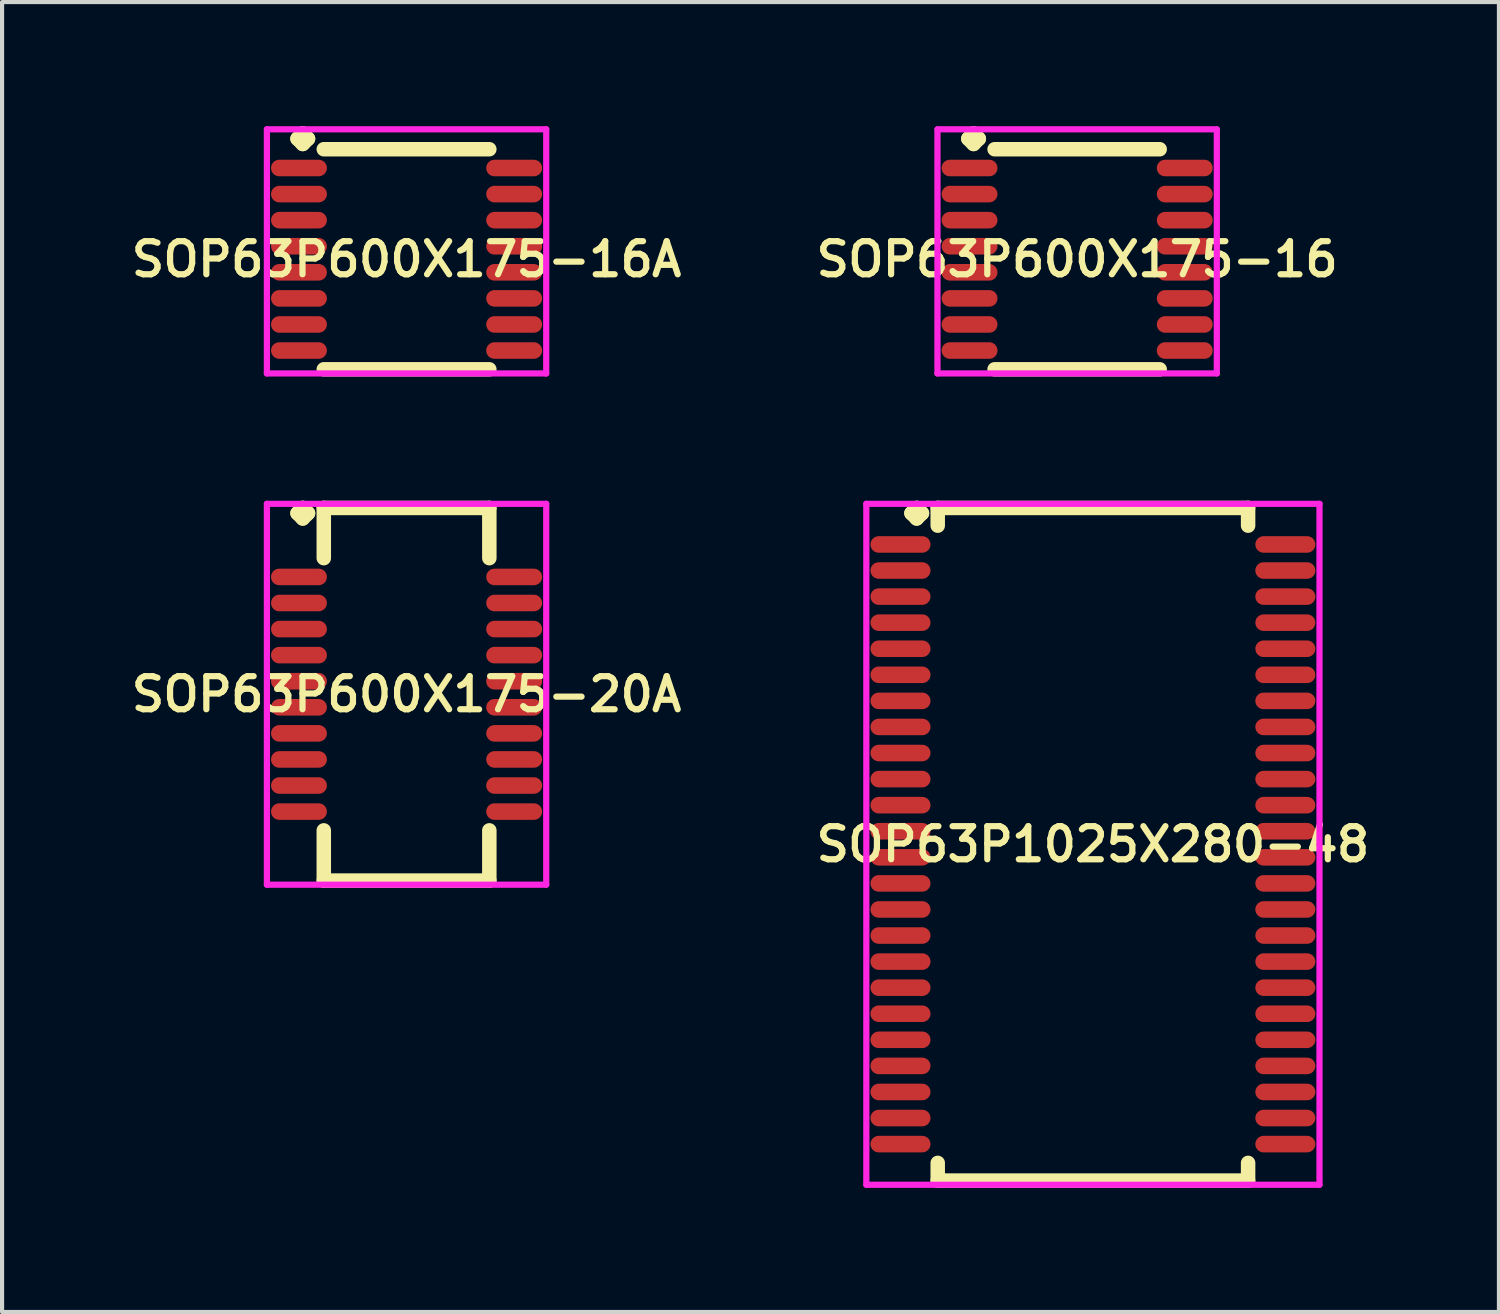
<source format=kicad_pcb>
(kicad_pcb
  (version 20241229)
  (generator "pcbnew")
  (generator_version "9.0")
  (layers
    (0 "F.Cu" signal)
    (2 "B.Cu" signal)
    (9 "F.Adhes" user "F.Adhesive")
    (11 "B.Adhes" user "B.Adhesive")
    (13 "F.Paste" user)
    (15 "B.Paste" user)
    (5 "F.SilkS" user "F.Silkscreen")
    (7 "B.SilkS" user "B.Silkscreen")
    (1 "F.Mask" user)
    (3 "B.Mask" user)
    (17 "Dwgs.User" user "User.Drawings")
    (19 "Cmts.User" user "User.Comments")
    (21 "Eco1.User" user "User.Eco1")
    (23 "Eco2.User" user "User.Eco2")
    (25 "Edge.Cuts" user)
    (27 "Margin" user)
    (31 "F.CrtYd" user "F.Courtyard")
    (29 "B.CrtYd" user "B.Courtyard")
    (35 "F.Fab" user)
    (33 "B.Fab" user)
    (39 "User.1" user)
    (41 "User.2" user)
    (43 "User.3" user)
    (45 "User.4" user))
  (footprint "SOP63P1025X280-48"
    (layer "F.Cu")
    (at 23.359 17.351)
    (property "Reference" "SOP63P1025X280-48" (at 0 0 0) (layer "F.SilkS") (effects (font (size 0.8 0.8) (thickness 0.15))))
    (attr smd)
    (fp_line (start -4.385 -8) (end -4.258 -8.127) (stroke (width 0.35) (type solid)) (layer "F.SilkS"))
    (fp_line (start -4.258 -8.127) (end -4.131 -8) (stroke (width 0.35) (type solid)) (layer "F.SilkS"))
    (fp_line (start -4.258 -7.873) (end -4.385 -8) (stroke (width 0.35) (type solid)) (layer "F.SilkS"))
    (fp_line (start -4.131 -8) (end -4.258 -7.873) (stroke (width 0.35) (type solid)) (layer "F.SilkS"))
    (fp_line (start -3.75 -8.127) (end 3.75 -8.127) (stroke (width 0.35) (type solid)) (layer "F.SilkS"))
    (fp_line (start -3.75 -7.699) (end -3.75 -8.127) (stroke (width 0.35) (type solid)) (layer "F.SilkS"))
    (fp_line (start -3.75 7.699) (end -3.75 8.127) (stroke (width 0.35) (type solid)) (layer "F.SilkS"))
    (fp_line (start -3.75 8.127) (end 3.75 8.127) (stroke (width 0.35) (type solid)) (layer "F.SilkS"))
    (fp_line (start 3.75 -8.127) (end 3.75 -7.699) (stroke (width 0.35) (type solid)) (layer "F.SilkS"))
    (fp_line (start 3.75 8.127) (end 3.75 7.699) (stroke (width 0.35) (type solid)) (layer "F.SilkS"))
    (fp_line (start -5.475 -8.227) (end 5.475 -8.227) (stroke (width 0.15) (type solid)) (layer "F.CrtYd"))
    (fp_line (start -5.475 8.227) (end -5.475 -8.227) (stroke (width 0.15) (type solid)) (layer "F.CrtYd"))
    (fp_line (start 5.475 -8.227) (end 5.475 8.227) (stroke (width 0.15) (type solid)) (layer "F.CrtYd"))
    (fp_line (start 5.475 8.227) (end -5.475 8.227) (stroke (width 0.15) (type solid)) (layer "F.CrtYd"))
    (pad "1" smd oval (at -4.65 -7.245) (size 1.45 0.4) (layers "F.Cu" "F.Mask" "F.Paste"))
    (pad "2" smd oval (at -4.65 -6.615) (size 1.45 0.4) (layers "F.Cu" "F.Mask" "F.Paste"))
    (pad "3" smd oval (at -4.65 -5.985) (size 1.45 0.4) (layers "F.Cu" "F.Mask" "F.Paste"))
    (pad "4" smd oval (at -4.65 -5.355) (size 1.45 0.4) (layers "F.Cu" "F.Mask" "F.Paste"))
    (pad "5" smd oval (at -4.65 -4.725) (size 1.45 0.4) (layers "F.Cu" "F.Mask" "F.Paste"))
    (pad "6" smd oval (at -4.65 -4.095) (size 1.45 0.4) (layers "F.Cu" "F.Mask" "F.Paste"))
    (pad "7" smd oval (at -4.65 -3.465) (size 1.45 0.4) (layers "F.Cu" "F.Mask" "F.Paste"))
    (pad "8" smd oval (at -4.65 -2.835) (size 1.45 0.4) (layers "F.Cu" "F.Mask" "F.Paste"))
    (pad "9" smd oval (at -4.65 -2.205) (size 1.45 0.4) (layers "F.Cu" "F.Mask" "F.Paste"))
    (pad "10" smd oval (at -4.65 -1.575) (size 1.45 0.4) (layers "F.Cu" "F.Mask" "F.Paste"))
    (pad "11" smd oval (at -4.65 -0.945) (size 1.45 0.4) (layers "F.Cu" "F.Mask" "F.Paste"))
    (pad "12" smd oval (at -4.65 -0.315) (size 1.45 0.4) (layers "F.Cu" "F.Mask" "F.Paste"))
    (pad "13" smd oval (at -4.65 0.315) (size 1.45 0.4) (layers "F.Cu" "F.Mask" "F.Paste"))
    (pad "14" smd oval (at -4.65 0.945) (size 1.45 0.4) (layers "F.Cu" "F.Mask" "F.Paste"))
    (pad "15" smd oval (at -4.65 1.575) (size 1.45 0.4) (layers "F.Cu" "F.Mask" "F.Paste"))
    (pad "16" smd oval (at -4.65 2.205) (size 1.45 0.4) (layers "F.Cu" "F.Mask" "F.Paste"))
    (pad "17" smd oval (at -4.65 2.835) (size 1.45 0.4) (layers "F.Cu" "F.Mask" "F.Paste"))
    (pad "18" smd oval (at -4.65 3.465) (size 1.45 0.4) (layers "F.Cu" "F.Mask" "F.Paste"))
    (pad "19" smd oval (at -4.65 4.095) (size 1.45 0.4) (layers "F.Cu" "F.Mask" "F.Paste"))
    (pad "20" smd oval (at -4.65 4.725) (size 1.45 0.4) (layers "F.Cu" "F.Mask" "F.Paste"))
    (pad "21" smd oval (at -4.65 5.355) (size 1.45 0.4) (layers "F.Cu" "F.Mask" "F.Paste"))
    (pad "22" smd oval (at -4.65 5.985) (size 1.45 0.4) (layers "F.Cu" "F.Mask" "F.Paste"))
    (pad "23" smd oval (at -4.65 6.615) (size 1.45 0.4) (layers "F.Cu" "F.Mask" "F.Paste"))
    (pad "24" smd oval (at -4.65 7.245) (size 1.45 0.4) (layers "F.Cu" "F.Mask" "F.Paste"))
    (pad "25" smd oval (at 4.65 7.245) (size 1.45 0.4) (layers "F.Cu" "F.Mask" "F.Paste"))
    (pad "26" smd oval (at 4.65 6.615) (size 1.45 0.4) (layers "F.Cu" "F.Mask" "F.Paste"))
    (pad "27" smd oval (at 4.65 5.985) (size 1.45 0.4) (layers "F.Cu" "F.Mask" "F.Paste"))
    (pad "28" smd oval (at 4.65 5.355) (size 1.45 0.4) (layers "F.Cu" "F.Mask" "F.Paste"))
    (pad "29" smd oval (at 4.65 4.725) (size 1.45 0.4) (layers "F.Cu" "F.Mask" "F.Paste"))
    (pad "30" smd oval (at 4.65 4.095) (size 1.45 0.4) (layers "F.Cu" "F.Mask" "F.Paste"))
    (pad "31" smd oval (at 4.65 3.465) (size 1.45 0.4) (layers "F.Cu" "F.Mask" "F.Paste"))
    (pad "32" smd oval (at 4.65 2.835) (size 1.45 0.4) (layers "F.Cu" "F.Mask" "F.Paste"))
    (pad "33" smd oval (at 4.65 2.205) (size 1.45 0.4) (layers "F.Cu" "F.Mask" "F.Paste"))
    (pad "34" smd oval (at 4.65 1.575) (size 1.45 0.4) (layers "F.Cu" "F.Mask" "F.Paste"))
    (pad "35" smd oval (at 4.65 0.945) (size 1.45 0.4) (layers "F.Cu" "F.Mask" "F.Paste"))
    (pad "36" smd oval (at 4.65 0.315) (size 1.45 0.4) (layers "F.Cu" "F.Mask" "F.Paste"))
    (pad "37" smd oval (at 4.65 -0.315) (size 1.45 0.4) (layers "F.Cu" "F.Mask" "F.Paste"))
    (pad "38" smd oval (at 4.65 -0.945) (size 1.45 0.4) (layers "F.Cu" "F.Mask" "F.Paste"))
    (pad "39" smd oval (at 4.65 -1.575) (size 1.45 0.4) (layers "F.Cu" "F.Mask" "F.Paste"))
    (pad "40" smd oval (at 4.65 -2.205) (size 1.45 0.4) (layers "F.Cu" "F.Mask" "F.Paste"))
    (pad "41" smd oval (at 4.65 -2.835) (size 1.45 0.4) (layers "F.Cu" "F.Mask" "F.Paste"))
    (pad "42" smd oval (at 4.65 -3.465) (size 1.45 0.4) (layers "F.Cu" "F.Mask" "F.Paste"))
    (pad "43" smd oval (at 4.65 -4.095) (size 1.45 0.4) (layers "F.Cu" "F.Mask" "F.Paste"))
    (pad "44" smd oval (at 4.65 -4.725) (size 1.45 0.4) (layers "F.Cu" "F.Mask" "F.Paste"))
    (pad "45" smd oval (at 4.65 -5.355) (size 1.45 0.4) (layers "F.Cu" "F.Mask" "F.Paste"))
    (pad "46" smd oval (at 4.65 -5.985) (size 1.45 0.4) (layers "F.Cu" "F.Mask" "F.Paste"))
    (pad "47" smd oval (at 4.65 -6.615) (size 1.45 0.4) (layers "F.Cu" "F.Mask" "F.Paste"))
    (pad "48" smd oval (at 4.65 -7.245) (size 1.45 0.4) (layers "F.Cu" "F.Mask" "F.Paste")))
  (footprint "SOP63P600X175-20A"
    (layer "F.Cu")
    (at 6.774 13.726)
    (property "Reference" "SOP63P600X175-20A" (at 0 0 0) (layer "F.SilkS") (effects (font (size 0.8 0.8) (thickness 0.15))))
    (attr smd)
    (fp_line (start -2.635 -4.375) (end -2.508 -4.502) (stroke (width 0.35) (type solid)) (layer "F.SilkS"))
    (fp_line (start -2.508 -4.502) (end -2.381 -4.375) (stroke (width 0.35) (type solid)) (layer "F.SilkS"))
    (fp_line (start -2.508 -4.248) (end -2.635 -4.375) (stroke (width 0.35) (type solid)) (layer "F.SilkS"))
    (fp_line (start -2.381 -4.375) (end -2.508 -4.248) (stroke (width 0.35) (type solid)) (layer "F.SilkS"))
    (fp_line (start -2 -4.502) (end 2 -4.502) (stroke (width 0.35) (type solid)) (layer "F.SilkS"))
    (fp_line (start -2 -3.289) (end -2 -4.502) (stroke (width 0.35) (type solid)) (layer "F.SilkS"))
    (fp_line (start -2 3.289) (end -2 4.502) (stroke (width 0.35) (type solid)) (layer "F.SilkS"))
    (fp_line (start -2 4.502) (end 2 4.502) (stroke (width 0.35) (type solid)) (layer "F.SilkS"))
    (fp_line (start 2 -4.502) (end 2 -3.289) (stroke (width 0.35) (type solid)) (layer "F.SilkS"))
    (fp_line (start 2 4.502) (end 2 3.289) (stroke (width 0.35) (type solid)) (layer "F.SilkS"))
    (fp_line (start -3.375 -4.602) (end 3.375 -4.602) (stroke (width 0.15) (type solid)) (layer "F.CrtYd"))
    (fp_line (start -3.375 4.602) (end -3.375 -4.602) (stroke (width 0.15) (type solid)) (layer "F.CrtYd"))
    (fp_line (start 3.375 -4.602) (end 3.375 4.602) (stroke (width 0.15) (type solid)) (layer "F.CrtYd"))
    (fp_line (start 3.375 4.602) (end -3.375 4.602) (stroke (width 0.15) (type solid)) (layer "F.CrtYd"))
    (pad "1" smd oval (at -2.6 -2.835) (size 1.35 0.4) (layers "F.Cu" "F.Mask" "F.Paste"))
    (pad "2" smd oval (at -2.6 -2.205) (size 1.35 0.4) (layers "F.Cu" "F.Mask" "F.Paste"))
    (pad "3" smd oval (at -2.6 -1.575) (size 1.35 0.4) (layers "F.Cu" "F.Mask" "F.Paste"))
    (pad "4" smd oval (at -2.6 -0.945) (size 1.35 0.4) (layers "F.Cu" "F.Mask" "F.Paste"))
    (pad "5" smd oval (at -2.6 -0.315) (size 1.35 0.4) (layers "F.Cu" "F.Mask" "F.Paste"))
    (pad "6" smd oval (at -2.6 0.315) (size 1.35 0.4) (layers "F.Cu" "F.Mask" "F.Paste"))
    (pad "7" smd oval (at -2.6 0.945) (size 1.35 0.4) (layers "F.Cu" "F.Mask" "F.Paste"))
    (pad "8" smd oval (at -2.6 1.575) (size 1.35 0.4) (layers "F.Cu" "F.Mask" "F.Paste"))
    (pad "9" smd oval (at -2.6 2.205) (size 1.35 0.4) (layers "F.Cu" "F.Mask" "F.Paste"))
    (pad "10" smd oval (at -2.6 2.835) (size 1.35 0.4) (layers "F.Cu" "F.Mask" "F.Paste"))
    (pad "11" smd oval (at 2.6 2.835) (size 1.35 0.4) (layers "F.Cu" "F.Mask" "F.Paste"))
    (pad "12" smd oval (at 2.6 2.205) (size 1.35 0.4) (layers "F.Cu" "F.Mask" "F.Paste"))
    (pad "13" smd oval (at 2.6 1.575) (size 1.35 0.4) (layers "F.Cu" "F.Mask" "F.Paste"))
    (pad "14" smd oval (at 2.6 0.945) (size 1.35 0.4) (layers "F.Cu" "F.Mask" "F.Paste"))
    (pad "15" smd oval (at 2.6 0.315) (size 1.35 0.4) (layers "F.Cu" "F.Mask" "F.Paste"))
    (pad "16" smd oval (at 2.6 -0.315) (size 1.35 0.4) (layers "F.Cu" "F.Mask" "F.Paste"))
    (pad "17" smd oval (at 2.6 -0.945) (size 1.35 0.4) (layers "F.Cu" "F.Mask" "F.Paste"))
    (pad "18" smd oval (at 2.6 -1.575) (size 1.35 0.4) (layers "F.Cu" "F.Mask" "F.Paste"))
    (pad "19" smd oval (at 2.6 -2.205) (size 1.35 0.4) (layers "F.Cu" "F.Mask" "F.Paste"))
    (pad "20" smd oval (at 2.6 -2.835) (size 1.35 0.4) (layers "F.Cu" "F.Mask" "F.Paste")))
  (footprint "SOP63P600X175-16"
    (layer "F.Cu")
    (at 22.978 3.215)
    (property "Reference" "SOP63P600X175-16" (at 0 0 0) (layer "F.SilkS") (effects (font (size 0.8 0.8) (thickness 0.15))))
    (attr through_hole)
    (fp_line (start -2.63 -2.913) (end -2.503 -3.04) (stroke (width 0.35) (type solid)) (layer "F.SilkS"))
    (fp_line (start -2.503 -3.04) (end -2.376 -2.913) (stroke (width 0.35) (type solid)) (layer "F.SilkS"))
    (fp_line (start -2.503 -2.786) (end -2.63 -2.913) (stroke (width 0.35) (type solid)) (layer "F.SilkS"))
    (fp_line (start -2.376 -2.913) (end -2.503 -2.786) (stroke (width 0.35) (type solid)) (layer "F.SilkS"))
    (fp_line (start -1.995 -2.659) (end 1.995 -2.659) (stroke (width 0.35) (type solid)) (layer "F.SilkS"))
    (fp_line (start -1.995 2.659) (end 1.995 2.659) (stroke (width 0.35) (type solid)) (layer "F.SilkS"))
    (fp_line (start -3.375 -3.14) (end 3.375 -3.14) (stroke (width 0.15) (type solid)) (layer "F.CrtYd"))
    (fp_line (start -3.375 2.759) (end -3.375 -3.14) (stroke (width 0.15) (type solid)) (layer "F.CrtYd"))
    (fp_line (start 3.375 -3.14) (end 3.375 2.759) (stroke (width 0.15) (type solid)) (layer "F.CrtYd"))
    (fp_line (start 3.375 2.759) (end -3.375 2.759) (stroke (width 0.15) (type solid)) (layer "F.CrtYd"))
    (pad "1" smd oval (at -2.6 -2.205) (size 1.35 0.4) (layers "F.Cu" "F.Mask" "F.Paste"))
    (pad "2" smd oval (at -2.6 -1.575) (size 1.35 0.4) (layers "F.Cu" "F.Mask" "F.Paste"))
    (pad "3" smd oval (at -2.6 -0.945) (size 1.35 0.4) (layers "F.Cu" "F.Mask" "F.Paste"))
    (pad "4" smd oval (at -2.6 -0.315) (size 1.35 0.4) (layers "F.Cu" "F.Mask" "F.Paste"))
    (pad "5" smd oval (at -2.6 0.315) (size 1.35 0.4) (layers "F.Cu" "F.Mask" "F.Paste"))
    (pad "6" smd oval (at -2.6 0.945) (size 1.35 0.4) (layers "F.Cu" "F.Mask" "F.Paste"))
    (pad "7" smd oval (at -2.6 1.575) (size 1.35 0.4) (layers "F.Cu" "F.Mask" "F.Paste"))
    (pad "8" smd oval (at -2.6 2.205) (size 1.35 0.4) (layers "F.Cu" "F.Mask" "F.Paste"))
    (pad "9" smd oval (at 2.6 2.205) (size 1.35 0.4) (layers "F.Cu" "F.Mask" "F.Paste"))
    (pad "10" smd oval (at 2.6 1.575) (size 1.35 0.4) (layers "F.Cu" "F.Mask" "F.Paste"))
    (pad "11" smd oval (at 2.6 0.945) (size 1.35 0.4) (layers "F.Cu" "F.Mask" "F.Paste"))
    (pad "12" smd oval (at 2.6 0.315) (size 1.35 0.4) (layers "F.Cu" "F.Mask" "F.Paste"))
    (pad "13" smd oval (at 2.6 -0.315) (size 1.35 0.4) (layers "F.Cu" "F.Mask" "F.Paste"))
    (pad "14" smd oval (at 2.6 -0.945) (size 1.35 0.4) (layers "F.Cu" "F.Mask" "F.Paste"))
    (pad "15" smd oval (at 2.6 -1.575) (size 1.35 0.4) (layers "F.Cu" "F.Mask" "F.Paste"))
    (pad "16" smd oval (at 2.6 -2.205) (size 1.35 0.4) (layers "F.Cu" "F.Mask" "F.Paste")))
  (footprint "SOP63P600X175-16A"
    (layer "F.Cu")
    (at 6.774 3.215)
    (property "Reference" "SOP63P600X175-16A" (at 0 0 0) (layer "F.SilkS") (effects (font (size 0.8 0.8) (thickness 0.15))))
    (attr smd)
    (fp_line (start -2.635 -2.913) (end -2.508 -3.04) (stroke (width 0.35) (type solid)) (layer "F.SilkS"))
    (fp_line (start -2.508 -3.04) (end -2.381 -2.913) (stroke (width 0.35) (type solid)) (layer "F.SilkS"))
    (fp_line (start -2.508 -2.786) (end -2.635 -2.913) (stroke (width 0.35) (type solid)) (layer "F.SilkS"))
    (fp_line (start -2.381 -2.913) (end -2.508 -2.786) (stroke (width 0.35) (type solid)) (layer "F.SilkS"))
    (fp_line (start -2 -2.659) (end 2 -2.659) (stroke (width 0.35) (type solid)) (layer "F.SilkS"))
    (fp_line (start -2 2.659) (end 2 2.659) (stroke (width 0.35) (type solid)) (layer "F.SilkS"))
    (fp_line (start -3.375 -3.14) (end 3.375 -3.14) (stroke (width 0.15) (type solid)) (layer "F.CrtYd"))
    (fp_line (start -3.375 2.759) (end -3.375 -3.14) (stroke (width 0.15) (type solid)) (layer "F.CrtYd"))
    (fp_line (start 3.375 -3.14) (end 3.375 2.759) (stroke (width 0.15) (type solid)) (layer "F.CrtYd"))
    (fp_line (start 3.375 2.759) (end -3.375 2.759) (stroke (width 0.15) (type solid)) (layer "F.CrtYd"))
    (pad "1" smd oval (at -2.6 -2.205) (size 1.35 0.4) (layers "F.Cu" "F.Mask" "F.Paste"))
    (pad "2" smd oval (at -2.6 -1.575) (size 1.35 0.4) (layers "F.Cu" "F.Mask" "F.Paste"))
    (pad "3" smd oval (at -2.6 -0.945) (size 1.35 0.4) (layers "F.Cu" "F.Mask" "F.Paste"))
    (pad "4" smd oval (at -2.6 -0.315) (size 1.35 0.4) (layers "F.Cu" "F.Mask" "F.Paste"))
    (pad "5" smd oval (at -2.6 0.315) (size 1.35 0.4) (layers "F.Cu" "F.Mask" "F.Paste"))
    (pad "6" smd oval (at -2.6 0.945) (size 1.35 0.4) (layers "F.Cu" "F.Mask" "F.Paste"))
    (pad "7" smd oval (at -2.6 1.575) (size 1.35 0.4) (layers "F.Cu" "F.Mask" "F.Paste"))
    (pad "8" smd oval (at -2.6 2.205) (size 1.35 0.4) (layers "F.Cu" "F.Mask" "F.Paste"))
    (pad "9" smd oval (at 2.6 2.205) (size 1.35 0.4) (layers "F.Cu" "F.Mask" "F.Paste"))
    (pad "10" smd oval (at 2.6 1.575) (size 1.35 0.4) (layers "F.Cu" "F.Mask" "F.Paste"))
    (pad "11" smd oval (at 2.6 0.945) (size 1.35 0.4) (layers "F.Cu" "F.Mask" "F.Paste"))
    (pad "12" smd oval (at 2.6 0.315) (size 1.35 0.4) (layers "F.Cu" "F.Mask" "F.Paste"))
    (pad "13" smd oval (at 2.6 -0.315) (size 1.35 0.4) (layers "F.Cu" "F.Mask" "F.Paste"))
    (pad "14" smd oval (at 2.6 -0.945) (size 1.35 0.4) (layers "F.Cu" "F.Mask" "F.Paste"))
    (pad "15" smd oval (at 2.6 -1.575) (size 1.35 0.4) (layers "F.Cu" "F.Mask" "F.Paste"))
    (pad "16" smd oval (at 2.6 -2.205) (size 1.35 0.4) (layers "F.Cu" "F.Mask" "F.Paste")))
  (gr_rect
    (start -3 -3)
    (end 33.17 28.653)
    (stroke (width 0.1) (type default))
    (fill no)
    (layer "Edge.Cuts")))
</source>
